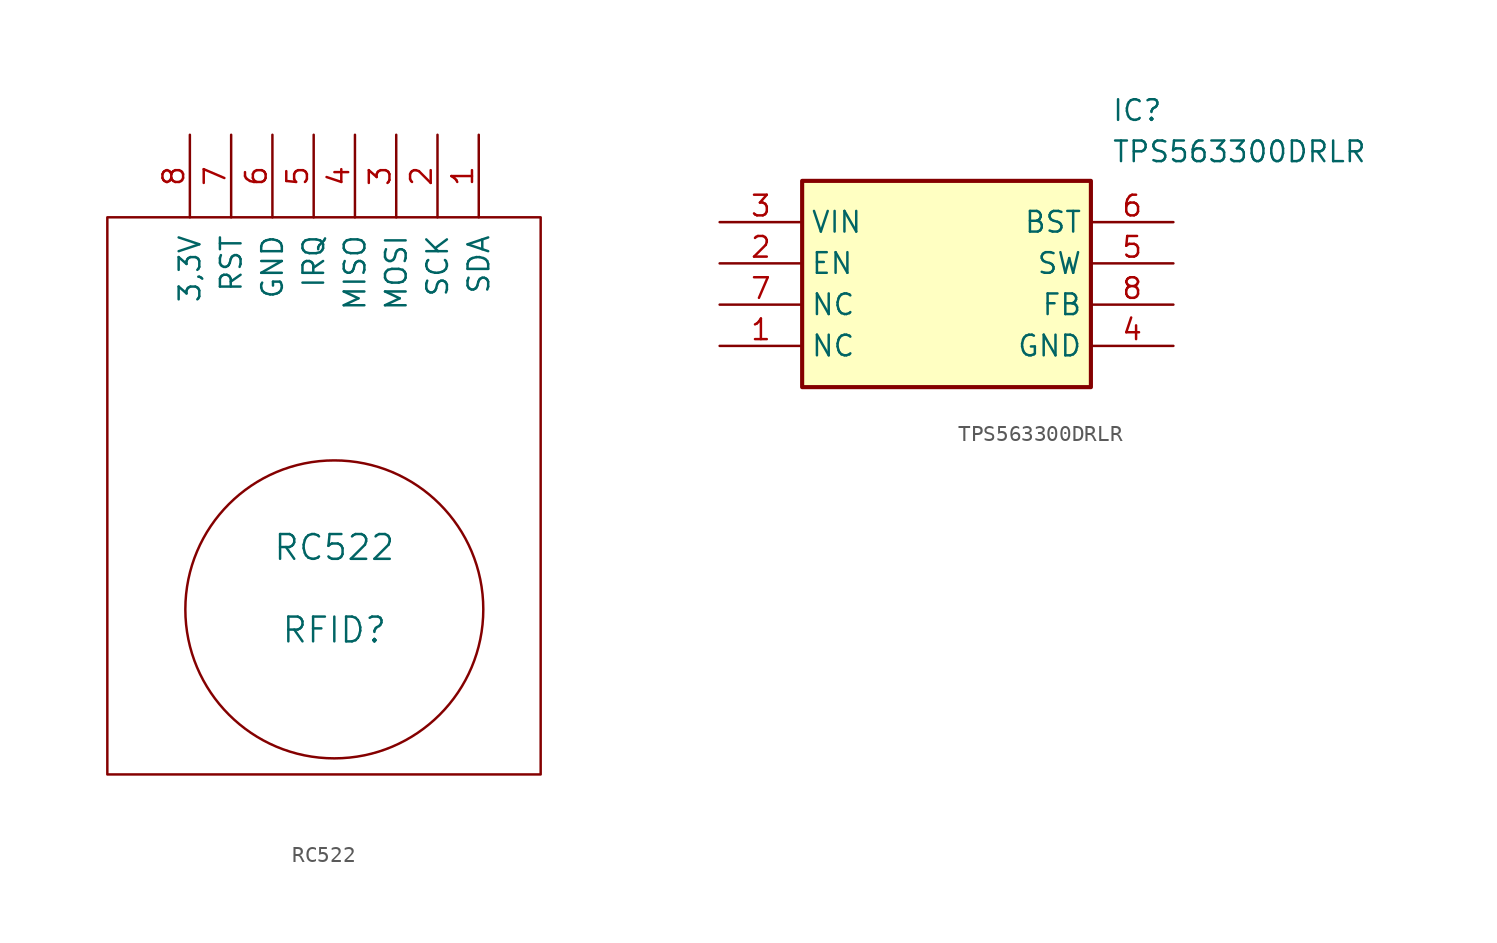
<source format=kicad_sym>
(kicad_symbol_lib
  (version 20220914)
  (generator kicad_symbol_editor)
  (symbol "RC522"
    (pin_names
      (offset 1.016))
    (property "Reference" "RFID"
      (at 0 5.08 0)
      (effects (font (size 1.524 1.524))))
    (property "Value" "RC522"
      (at 0 10.16 0)
      (effects (font (size 1.524 1.524))))
    (symbol "RC522_0_1"
      (rectangle (start -13.97 30.48) (end 12.7 -3.81) (stroke (width 0) (type solid)) (fill (type none)))
      (circle (center 0 6.35) (radius 9.169) (stroke (width 0) (type solid)) (fill (type none))))
    (symbol "RC522_1_1"
      (pin output line (at 8.89 35.56 270) (length 5.08) (name "SDA" (effects (font (size 1.27 1.27)))) (number "1" (effects (font (size 1.27 1.27)))))
      (pin output line (at 6.35 35.56 270) (length 5.08) (name "SCK" (effects (font (size 1.27 1.27)))) (number "2" (effects (font (size 1.27 1.27)))))
      (pin output line (at 3.81 35.56 270) (length 5.08) (name "MOSI" (effects (font (size 1.27 1.27)))) (number "3" (effects (font (size 1.27 1.27)))))
      (pin output line (at 1.27 35.56 270) (length 5.08) (name "MISO" (effects (font (size 1.27 1.27)))) (number "4" (effects (font (size 1.27 1.27)))))
      (pin output line (at -1.27 35.56 270) (length 5.08) (name "IRQ" (effects (font (size 1.27 1.27)))) (number "5" (effects (font (size 1.27 1.27)))))
      (pin power_in line (at -3.81 35.56 270) (length 5.08) (name "GND" (effects (font (size 1.27 1.27)))) (number "6" (effects (font (size 1.27 1.27)))))
      (pin input line (at -6.35 35.56 270) (length 5.08) (name "RST" (effects (font (size 1.27 1.27)))) (number "7" (effects (font (size 1.27 1.27)))))
      (pin power_in line (at -8.89 35.56 270) (length 5.08) (name "3,3V" (effects (font (size 1.27 1.27)))) (number "8" (effects (font (size 1.27 1.27)))))))
  (symbol "TPS563300DRLR"
    (property "Reference" "IC"
      (at 24.13 7.62 0)
      (effects (font (size 1.27 1.27)) (justify left top)))
    (property "Value" "TPS563300DRLR"
      (at 24.13 5.08 0)
      (effects (font (size 1.27 1.27)) (justify left top)))
    (symbol "TPS563300DRLR_1_1"
      (rectangle (start 5.08 2.54) (end 22.86 -10.16) (stroke (width 0.254) (type default)) (fill (type background)))
      (pin passive line (at 0 -7.62 0) (length 5.08) (name "NC" (effects (font (size 1.27 1.27)))) (number "1" (effects (font (size 1.27 1.27)))))
      (pin passive line (at 0 -2.54 0) (length 5.08) (name "EN" (effects (font (size 1.27 1.27)))) (number "2" (effects (font (size 1.27 1.27)))))
      (pin passive line (at 0 0 0) (length 5.08) (name "VIN" (effects (font (size 1.27 1.27)))) (number "3" (effects (font (size 1.27 1.27)))))
      (pin passive line (at 27.94 -7.62 180) (length 5.08) (name "GND" (effects (font (size 1.27 1.27)))) (number "4" (effects (font (size 1.27 1.27)))))
      (pin passive line (at 27.94 -2.54 180) (length 5.08) (name "SW" (effects (font (size 1.27 1.27)))) (number "5" (effects (font (size 1.27 1.27)))))
      (pin passive line (at 27.94 0 180) (length 5.08) (name "BST" (effects (font (size 1.27 1.27)))) (number "6" (effects (font (size 1.27 1.27)))))
      (pin passive line (at 0 -5.08 0) (length 5.08) (name "NC" (effects (font (size 1.27 1.27)))) (number "7" (effects (font (size 1.27 1.27)))))
      (pin passive line (at 27.94 -5.08 180) (length 5.08) (name "FB" (effects (font (size 1.27 1.27)))) (number "8" (effects (font (size 1.27 1.27))))))))
</source>
